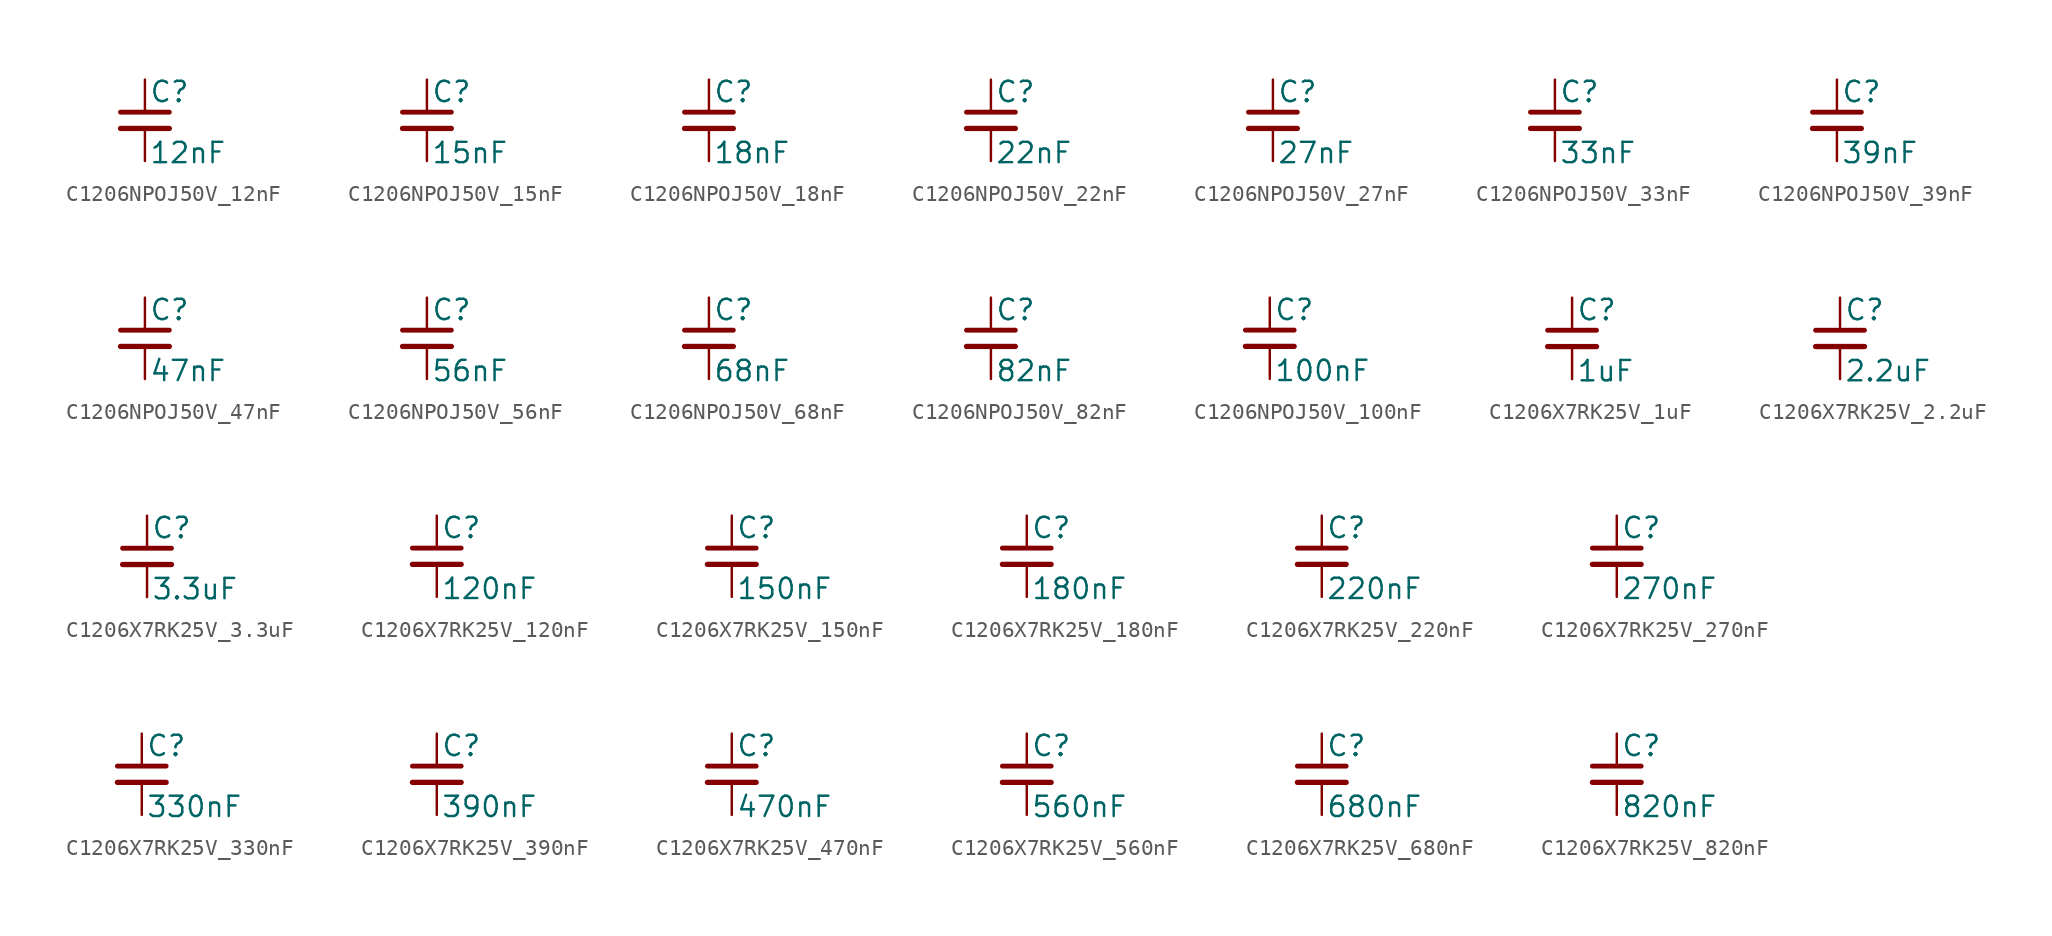
<source format=kicad_sym>
(kicad_symbol_lib
  (version 20220914)
  (generator kicad_symbol_editor)
  (symbol "C1206NPOJ50V_12nF"
    (pin_numbers hide)
    (pin_names
      (offset 0.254) hide)
    (property "Reference" "C"
      (at 0.254 1.778 0)
      (effects (font (size 1.27 1.27)) (justify left)))
    (property "Value" "12nF"
      (at 0.254 -2.032 0)
      (effects (font (size 1.27 1.27)) (justify left)))
    (symbol "C1206NPOJ50V_12nF_0_1"
      (polyline (pts (xy -1.524 -0.508) (xy 1.524 -0.508)) (stroke (width 0.33) (type default)) (fill (type none)))
      (polyline (pts (xy -1.524 0.508) (xy 1.524 0.508)) (stroke (width 0.305) (type default)) (fill (type none))))
    (symbol "C1206NPOJ50V_12nF_1_1"
      (pin passive line (at 0 2.54 270) (length 2.032) (name "~" (effects (font (size 1.27 1.27)))) (number "1" (effects (font (size 1.27 1.27)))))
      (pin passive line (at 0 -2.54 90) (length 2.032) (name "~" (effects (font (size 1.27 1.27)))) (number "2" (effects (font (size 1.27 1.27)))))))
  (symbol "C1206NPOJ50V_15nF"
    (pin_numbers hide)
    (pin_names
      (offset 0.254) hide)
    (property "Reference" "C"
      (at 0.254 1.778 0)
      (effects (font (size 1.27 1.27)) (justify left)))
    (property "Value" "15nF"
      (at 0.254 -2.032 0)
      (effects (font (size 1.27 1.27)) (justify left)))
    (symbol "C1206NPOJ50V_15nF_0_1"
      (polyline (pts (xy -1.524 -0.508) (xy 1.524 -0.508)) (stroke (width 0.33) (type default)) (fill (type none)))
      (polyline (pts (xy -1.524 0.508) (xy 1.524 0.508)) (stroke (width 0.305) (type default)) (fill (type none))))
    (symbol "C1206NPOJ50V_15nF_1_1"
      (pin passive line (at 0 2.54 270) (length 2.032) (name "~" (effects (font (size 1.27 1.27)))) (number "1" (effects (font (size 1.27 1.27)))))
      (pin passive line (at 0 -2.54 90) (length 2.032) (name "~" (effects (font (size 1.27 1.27)))) (number "2" (effects (font (size 1.27 1.27)))))))
  (symbol "C1206NPOJ50V_18nF"
    (pin_numbers hide)
    (pin_names
      (offset 0.254) hide)
    (property "Reference" "C"
      (at 0.254 1.778 0)
      (effects (font (size 1.27 1.27)) (justify left)))
    (property "Value" "18nF"
      (at 0.254 -2.032 0)
      (effects (font (size 1.27 1.27)) (justify left)))
    (symbol "C1206NPOJ50V_18nF_0_1"
      (polyline (pts (xy -1.524 -0.508) (xy 1.524 -0.508)) (stroke (width 0.33) (type default)) (fill (type none)))
      (polyline (pts (xy -1.524 0.508) (xy 1.524 0.508)) (stroke (width 0.305) (type default)) (fill (type none))))
    (symbol "C1206NPOJ50V_18nF_1_1"
      (pin passive line (at 0 2.54 270) (length 2.032) (name "~" (effects (font (size 1.27 1.27)))) (number "1" (effects (font (size 1.27 1.27)))))
      (pin passive line (at 0 -2.54 90) (length 2.032) (name "~" (effects (font (size 1.27 1.27)))) (number "2" (effects (font (size 1.27 1.27)))))))
  (symbol "C1206NPOJ50V_22nF"
    (pin_numbers hide)
    (pin_names
      (offset 0.254) hide)
    (property "Reference" "C"
      (at 0.254 1.778 0)
      (effects (font (size 1.27 1.27)) (justify left)))
    (property "Value" "22nF"
      (at 0.254 -2.032 0)
      (effects (font (size 1.27 1.27)) (justify left)))
    (symbol "C1206NPOJ50V_22nF_0_1"
      (polyline (pts (xy -1.524 -0.508) (xy 1.524 -0.508)) (stroke (width 0.33) (type default)) (fill (type none)))
      (polyline (pts (xy -1.524 0.508) (xy 1.524 0.508)) (stroke (width 0.305) (type default)) (fill (type none))))
    (symbol "C1206NPOJ50V_22nF_1_1"
      (pin passive line (at 0 2.54 270) (length 2.032) (name "~" (effects (font (size 1.27 1.27)))) (number "1" (effects (font (size 1.27 1.27)))))
      (pin passive line (at 0 -2.54 90) (length 2.032) (name "~" (effects (font (size 1.27 1.27)))) (number "2" (effects (font (size 1.27 1.27)))))))
  (symbol "C1206NPOJ50V_27nF"
    (pin_numbers hide)
    (pin_names
      (offset 0.254) hide)
    (property "Reference" "C"
      (at 0.254 1.778 0)
      (effects (font (size 1.27 1.27)) (justify left)))
    (property "Value" "27nF"
      (at 0.254 -2.032 0)
      (effects (font (size 1.27 1.27)) (justify left)))
    (symbol "C1206NPOJ50V_27nF_0_1"
      (polyline (pts (xy -1.524 -0.508) (xy 1.524 -0.508)) (stroke (width 0.33) (type default)) (fill (type none)))
      (polyline (pts (xy -1.524 0.508) (xy 1.524 0.508)) (stroke (width 0.305) (type default)) (fill (type none))))
    (symbol "C1206NPOJ50V_27nF_1_1"
      (pin passive line (at 0 2.54 270) (length 2.032) (name "~" (effects (font (size 1.27 1.27)))) (number "1" (effects (font (size 1.27 1.27)))))
      (pin passive line (at 0 -2.54 90) (length 2.032) (name "~" (effects (font (size 1.27 1.27)))) (number "2" (effects (font (size 1.27 1.27)))))))
  (symbol "C1206NPOJ50V_33nF"
    (pin_numbers hide)
    (pin_names
      (offset 0.254) hide)
    (property "Reference" "C"
      (at 0.254 1.778 0)
      (effects (font (size 1.27 1.27)) (justify left)))
    (property "Value" "33nF"
      (at 0.254 -2.032 0)
      (effects (font (size 1.27 1.27)) (justify left)))
    (symbol "C1206NPOJ50V_33nF_0_1"
      (polyline (pts (xy -1.524 -0.508) (xy 1.524 -0.508)) (stroke (width 0.33) (type default)) (fill (type none)))
      (polyline (pts (xy -1.524 0.508) (xy 1.524 0.508)) (stroke (width 0.305) (type default)) (fill (type none))))
    (symbol "C1206NPOJ50V_33nF_1_1"
      (pin passive line (at 0 2.54 270) (length 2.032) (name "~" (effects (font (size 1.27 1.27)))) (number "1" (effects (font (size 1.27 1.27)))))
      (pin passive line (at 0 -2.54 90) (length 2.032) (name "~" (effects (font (size 1.27 1.27)))) (number "2" (effects (font (size 1.27 1.27)))))))
  (symbol "C1206NPOJ50V_39nF"
    (pin_numbers hide)
    (pin_names
      (offset 0.254) hide)
    (property "Reference" "C"
      (at 0.254 1.778 0)
      (effects (font (size 1.27 1.27)) (justify left)))
    (property "Value" "39nF"
      (at 0.254 -2.032 0)
      (effects (font (size 1.27 1.27)) (justify left)))
    (symbol "C1206NPOJ50V_39nF_0_1"
      (polyline (pts (xy -1.524 -0.508) (xy 1.524 -0.508)) (stroke (width 0.33) (type default)) (fill (type none)))
      (polyline (pts (xy -1.524 0.508) (xy 1.524 0.508)) (stroke (width 0.305) (type default)) (fill (type none))))
    (symbol "C1206NPOJ50V_39nF_1_1"
      (pin passive line (at 0 2.54 270) (length 2.032) (name "~" (effects (font (size 1.27 1.27)))) (number "1" (effects (font (size 1.27 1.27)))))
      (pin passive line (at 0 -2.54 90) (length 2.032) (name "~" (effects (font (size 1.27 1.27)))) (number "2" (effects (font (size 1.27 1.27)))))))
  (symbol "C1206NPOJ50V_47nF"
    (pin_numbers hide)
    (pin_names
      (offset 0.254) hide)
    (property "Reference" "C"
      (at 0.254 1.778 0)
      (effects (font (size 1.27 1.27)) (justify left)))
    (property "Value" "47nF"
      (at 0.254 -2.032 0)
      (effects (font (size 1.27 1.27)) (justify left)))
    (symbol "C1206NPOJ50V_47nF_0_1"
      (polyline (pts (xy -1.524 -0.508) (xy 1.524 -0.508)) (stroke (width 0.33) (type default)) (fill (type none)))
      (polyline (pts (xy -1.524 0.508) (xy 1.524 0.508)) (stroke (width 0.305) (type default)) (fill (type none))))
    (symbol "C1206NPOJ50V_47nF_1_1"
      (pin passive line (at 0 2.54 270) (length 2.032) (name "~" (effects (font (size 1.27 1.27)))) (number "1" (effects (font (size 1.27 1.27)))))
      (pin passive line (at 0 -2.54 90) (length 2.032) (name "~" (effects (font (size 1.27 1.27)))) (number "2" (effects (font (size 1.27 1.27)))))))
  (symbol "C1206NPOJ50V_56nF"
    (pin_numbers hide)
    (pin_names
      (offset 0.254) hide)
    (property "Reference" "C"
      (at 0.254 1.778 0)
      (effects (font (size 1.27 1.27)) (justify left)))
    (property "Value" "56nF"
      (at 0.254 -2.032 0)
      (effects (font (size 1.27 1.27)) (justify left)))
    (symbol "C1206NPOJ50V_56nF_0_1"
      (polyline (pts (xy -1.524 -0.508) (xy 1.524 -0.508)) (stroke (width 0.33) (type default)) (fill (type none)))
      (polyline (pts (xy -1.524 0.508) (xy 1.524 0.508)) (stroke (width 0.305) (type default)) (fill (type none))))
    (symbol "C1206NPOJ50V_56nF_1_1"
      (pin passive line (at 0 2.54 270) (length 2.032) (name "~" (effects (font (size 1.27 1.27)))) (number "1" (effects (font (size 1.27 1.27)))))
      (pin passive line (at 0 -2.54 90) (length 2.032) (name "~" (effects (font (size 1.27 1.27)))) (number "2" (effects (font (size 1.27 1.27)))))))
  (symbol "C1206NPOJ50V_68nF"
    (pin_numbers hide)
    (pin_names
      (offset 0.254) hide)
    (property "Reference" "C"
      (at 0.254 1.778 0)
      (effects (font (size 1.27 1.27)) (justify left)))
    (property "Value" "68nF"
      (at 0.254 -2.032 0)
      (effects (font (size 1.27 1.27)) (justify left)))
    (symbol "C1206NPOJ50V_68nF_0_1"
      (polyline (pts (xy -1.524 -0.508) (xy 1.524 -0.508)) (stroke (width 0.33) (type default)) (fill (type none)))
      (polyline (pts (xy -1.524 0.508) (xy 1.524 0.508)) (stroke (width 0.305) (type default)) (fill (type none))))
    (symbol "C1206NPOJ50V_68nF_1_1"
      (pin passive line (at 0 2.54 270) (length 2.032) (name "~" (effects (font (size 1.27 1.27)))) (number "1" (effects (font (size 1.27 1.27)))))
      (pin passive line (at 0 -2.54 90) (length 2.032) (name "~" (effects (font (size 1.27 1.27)))) (number "2" (effects (font (size 1.27 1.27)))))))
  (symbol "C1206NPOJ50V_82nF"
    (pin_numbers hide)
    (pin_names
      (offset 0.254) hide)
    (property "Reference" "C"
      (at 0.254 1.778 0)
      (effects (font (size 1.27 1.27)) (justify left)))
    (property "Value" "82nF"
      (at 0.254 -2.032 0)
      (effects (font (size 1.27 1.27)) (justify left)))
    (symbol "C1206NPOJ50V_82nF_0_1"
      (polyline (pts (xy -1.524 -0.508) (xy 1.524 -0.508)) (stroke (width 0.33) (type default)) (fill (type none)))
      (polyline (pts (xy -1.524 0.508) (xy 1.524 0.508)) (stroke (width 0.305) (type default)) (fill (type none))))
    (symbol "C1206NPOJ50V_82nF_1_1"
      (pin passive line (at 0 2.54 270) (length 2.032) (name "~" (effects (font (size 1.27 1.27)))) (number "1" (effects (font (size 1.27 1.27)))))
      (pin passive line (at 0 -2.54 90) (length 2.032) (name "~" (effects (font (size 1.27 1.27)))) (number "2" (effects (font (size 1.27 1.27)))))))
  (symbol "C1206NPOJ50V_100nF"
    (pin_numbers hide)
    (pin_names
      (offset 0.254) hide)
    (property "Reference" "C"
      (at 0.254 1.778 0)
      (effects (font (size 1.27 1.27)) (justify left)))
    (property "Value" "100nF"
      (at 0.254 -2.032 0)
      (effects (font (size 1.27 1.27)) (justify left)))
    (symbol "C1206NPOJ50V_100nF_0_1"
      (polyline (pts (xy -1.524 -0.508) (xy 1.524 -0.508)) (stroke (width 0.33) (type default)) (fill (type none)))
      (polyline (pts (xy -1.524 0.508) (xy 1.524 0.508)) (stroke (width 0.305) (type default)) (fill (type none))))
    (symbol "C1206NPOJ50V_100nF_1_1"
      (pin passive line (at 0 2.54 270) (length 2.032) (name "~" (effects (font (size 1.27 1.27)))) (number "1" (effects (font (size 1.27 1.27)))))
      (pin passive line (at 0 -2.54 90) (length 2.032) (name "~" (effects (font (size 1.27 1.27)))) (number "2" (effects (font (size 1.27 1.27)))))))
  (symbol "C1206X7RK25V_1uF"
    (pin_numbers hide)
    (pin_names
      (offset 0.254) hide)
    (property "Reference" "C"
      (at 0.254 1.778 0)
      (effects (font (size 1.27 1.27)) (justify left)))
    (property "Value" "1uF"
      (at 0.254 -2.032 0)
      (effects (font (size 1.27 1.27)) (justify left)))
    (symbol "C1206X7RK25V_1uF_0_1"
      (polyline (pts (xy -1.524 -0.508) (xy 1.524 -0.508)) (stroke (width 0.33) (type default)) (fill (type none)))
      (polyline (pts (xy -1.524 0.508) (xy 1.524 0.508)) (stroke (width 0.305) (type default)) (fill (type none))))
    (symbol "C1206X7RK25V_1uF_1_1"
      (pin passive line (at 0 2.54 270) (length 2.032) (name "~" (effects (font (size 1.27 1.27)))) (number "1" (effects (font (size 1.27 1.27)))))
      (pin passive line (at 0 -2.54 90) (length 2.032) (name "~" (effects (font (size 1.27 1.27)))) (number "2" (effects (font (size 1.27 1.27)))))))
  (symbol "C1206X7RK25V_2.2uF"
    (pin_numbers hide)
    (pin_names
      (offset 0.254) hide)
    (property "Reference" "C"
      (at 0.254 1.778 0)
      (effects (font (size 1.27 1.27)) (justify left)))
    (property "Value" "2.2uF"
      (at 0.254 -2.032 0)
      (effects (font (size 1.27 1.27)) (justify left)))
    (symbol "C1206X7RK25V_2.2uF_0_1"
      (polyline (pts (xy -1.524 -0.508) (xy 1.524 -0.508)) (stroke (width 0.33) (type default)) (fill (type none)))
      (polyline (pts (xy -1.524 0.508) (xy 1.524 0.508)) (stroke (width 0.305) (type default)) (fill (type none))))
    (symbol "C1206X7RK25V_2.2uF_1_1"
      (pin passive line (at 0 2.54 270) (length 2.032) (name "~" (effects (font (size 1.27 1.27)))) (number "1" (effects (font (size 1.27 1.27)))))
      (pin passive line (at 0 -2.54 90) (length 2.032) (name "~" (effects (font (size 1.27 1.27)))) (number "2" (effects (font (size 1.27 1.27)))))))
  (symbol "C1206X7RK25V_3.3uF"
    (pin_numbers hide)
    (pin_names
      (offset 0.254) hide)
    (property "Reference" "C"
      (at 0.254 1.778 0)
      (effects (font (size 1.27 1.27)) (justify left)))
    (property "Value" "3.3uF"
      (at 0.254 -2.032 0)
      (effects (font (size 1.27 1.27)) (justify left)))
    (symbol "C1206X7RK25V_3.3uF_0_1"
      (polyline (pts (xy -1.524 -0.508) (xy 1.524 -0.508)) (stroke (width 0.33) (type default)) (fill (type none)))
      (polyline (pts (xy -1.524 0.508) (xy 1.524 0.508)) (stroke (width 0.305) (type default)) (fill (type none))))
    (symbol "C1206X7RK25V_3.3uF_1_1"
      (pin passive line (at 0 2.54 270) (length 2.032) (name "~" (effects (font (size 1.27 1.27)))) (number "1" (effects (font (size 1.27 1.27)))))
      (pin passive line (at 0 -2.54 90) (length 2.032) (name "~" (effects (font (size 1.27 1.27)))) (number "2" (effects (font (size 1.27 1.27)))))))
  (symbol "C1206X7RK25V_120nF"
    (pin_numbers hide)
    (pin_names
      (offset 0.254) hide)
    (property "Reference" "C"
      (at 0.254 1.778 0)
      (effects (font (size 1.27 1.27)) (justify left)))
    (property "Value" "120nF"
      (at 0.254 -2.032 0)
      (effects (font (size 1.27 1.27)) (justify left)))
    (symbol "C1206X7RK25V_120nF_0_1"
      (polyline (pts (xy -1.524 -0.508) (xy 1.524 -0.508)) (stroke (width 0.33) (type default)) (fill (type none)))
      (polyline (pts (xy -1.524 0.508) (xy 1.524 0.508)) (stroke (width 0.305) (type default)) (fill (type none))))
    (symbol "C1206X7RK25V_120nF_1_1"
      (pin passive line (at 0 2.54 270) (length 2.032) (name "~" (effects (font (size 1.27 1.27)))) (number "1" (effects (font (size 1.27 1.27)))))
      (pin passive line (at 0 -2.54 90) (length 2.032) (name "~" (effects (font (size 1.27 1.27)))) (number "2" (effects (font (size 1.27 1.27)))))))
  (symbol "C1206X7RK25V_150nF"
    (pin_numbers hide)
    (pin_names
      (offset 0.254) hide)
    (property "Reference" "C"
      (at 0.254 1.778 0)
      (effects (font (size 1.27 1.27)) (justify left)))
    (property "Value" "150nF"
      (at 0.254 -2.032 0)
      (effects (font (size 1.27 1.27)) (justify left)))
    (symbol "C1206X7RK25V_150nF_0_1"
      (polyline (pts (xy -1.524 -0.508) (xy 1.524 -0.508)) (stroke (width 0.33) (type default)) (fill (type none)))
      (polyline (pts (xy -1.524 0.508) (xy 1.524 0.508)) (stroke (width 0.305) (type default)) (fill (type none))))
    (symbol "C1206X7RK25V_150nF_1_1"
      (pin passive line (at 0 2.54 270) (length 2.032) (name "~" (effects (font (size 1.27 1.27)))) (number "1" (effects (font (size 1.27 1.27)))))
      (pin passive line (at 0 -2.54 90) (length 2.032) (name "~" (effects (font (size 1.27 1.27)))) (number "2" (effects (font (size 1.27 1.27)))))))
  (symbol "C1206X7RK25V_180nF"
    (pin_numbers hide)
    (pin_names
      (offset 0.254) hide)
    (property "Reference" "C"
      (at 0.254 1.778 0)
      (effects (font (size 1.27 1.27)) (justify left)))
    (property "Value" "180nF"
      (at 0.254 -2.032 0)
      (effects (font (size 1.27 1.27)) (justify left)))
    (symbol "C1206X7RK25V_180nF_0_1"
      (polyline (pts (xy -1.524 -0.508) (xy 1.524 -0.508)) (stroke (width 0.33) (type default)) (fill (type none)))
      (polyline (pts (xy -1.524 0.508) (xy 1.524 0.508)) (stroke (width 0.305) (type default)) (fill (type none))))
    (symbol "C1206X7RK25V_180nF_1_1"
      (pin passive line (at 0 2.54 270) (length 2.032) (name "~" (effects (font (size 1.27 1.27)))) (number "1" (effects (font (size 1.27 1.27)))))
      (pin passive line (at 0 -2.54 90) (length 2.032) (name "~" (effects (font (size 1.27 1.27)))) (number "2" (effects (font (size 1.27 1.27)))))))
  (symbol "C1206X7RK25V_220nF"
    (pin_numbers hide)
    (pin_names
      (offset 0.254) hide)
    (property "Reference" "C"
      (at 0.254 1.778 0)
      (effects (font (size 1.27 1.27)) (justify left)))
    (property "Value" "220nF"
      (at 0.254 -2.032 0)
      (effects (font (size 1.27 1.27)) (justify left)))
    (symbol "C1206X7RK25V_220nF_0_1"
      (polyline (pts (xy -1.524 -0.508) (xy 1.524 -0.508)) (stroke (width 0.33) (type default)) (fill (type none)))
      (polyline (pts (xy -1.524 0.508) (xy 1.524 0.508)) (stroke (width 0.305) (type default)) (fill (type none))))
    (symbol "C1206X7RK25V_220nF_1_1"
      (pin passive line (at 0 2.54 270) (length 2.032) (name "~" (effects (font (size 1.27 1.27)))) (number "1" (effects (font (size 1.27 1.27)))))
      (pin passive line (at 0 -2.54 90) (length 2.032) (name "~" (effects (font (size 1.27 1.27)))) (number "2" (effects (font (size 1.27 1.27)))))))
  (symbol "C1206X7RK25V_270nF"
    (pin_numbers hide)
    (pin_names
      (offset 0.254) hide)
    (property "Reference" "C"
      (at 0.254 1.778 0)
      (effects (font (size 1.27 1.27)) (justify left)))
    (property "Value" "270nF"
      (at 0.254 -2.032 0)
      (effects (font (size 1.27 1.27)) (justify left)))
    (symbol "C1206X7RK25V_270nF_0_1"
      (polyline (pts (xy -1.524 -0.508) (xy 1.524 -0.508)) (stroke (width 0.33) (type default)) (fill (type none)))
      (polyline (pts (xy -1.524 0.508) (xy 1.524 0.508)) (stroke (width 0.305) (type default)) (fill (type none))))
    (symbol "C1206X7RK25V_270nF_1_1"
      (pin passive line (at 0 2.54 270) (length 2.032) (name "~" (effects (font (size 1.27 1.27)))) (number "1" (effects (font (size 1.27 1.27)))))
      (pin passive line (at 0 -2.54 90) (length 2.032) (name "~" (effects (font (size 1.27 1.27)))) (number "2" (effects (font (size 1.27 1.27)))))))
  (symbol "C1206X7RK25V_330nF"
    (pin_numbers hide)
    (pin_names
      (offset 0.254) hide)
    (property "Reference" "C"
      (at 0.254 1.778 0)
      (effects (font (size 1.27 1.27)) (justify left)))
    (property "Value" "330nF"
      (at 0.254 -2.032 0)
      (effects (font (size 1.27 1.27)) (justify left)))
    (symbol "C1206X7RK25V_330nF_0_1"
      (polyline (pts (xy -1.524 -0.508) (xy 1.524 -0.508)) (stroke (width 0.33) (type default)) (fill (type none)))
      (polyline (pts (xy -1.524 0.508) (xy 1.524 0.508)) (stroke (width 0.305) (type default)) (fill (type none))))
    (symbol "C1206X7RK25V_330nF_1_1"
      (pin passive line (at 0 2.54 270) (length 2.032) (name "~" (effects (font (size 1.27 1.27)))) (number "1" (effects (font (size 1.27 1.27)))))
      (pin passive line (at 0 -2.54 90) (length 2.032) (name "~" (effects (font (size 1.27 1.27)))) (number "2" (effects (font (size 1.27 1.27)))))))
  (symbol "C1206X7RK25V_390nF"
    (pin_numbers hide)
    (pin_names
      (offset 0.254) hide)
    (property "Reference" "C"
      (at 0.254 1.778 0)
      (effects (font (size 1.27 1.27)) (justify left)))
    (property "Value" "390nF"
      (at 0.254 -2.032 0)
      (effects (font (size 1.27 1.27)) (justify left)))
    (symbol "C1206X7RK25V_390nF_0_1"
      (polyline (pts (xy -1.524 -0.508) (xy 1.524 -0.508)) (stroke (width 0.33) (type default)) (fill (type none)))
      (polyline (pts (xy -1.524 0.508) (xy 1.524 0.508)) (stroke (width 0.305) (type default)) (fill (type none))))
    (symbol "C1206X7RK25V_390nF_1_1"
      (pin passive line (at 0 2.54 270) (length 2.032) (name "~" (effects (font (size 1.27 1.27)))) (number "1" (effects (font (size 1.27 1.27)))))
      (pin passive line (at 0 -2.54 90) (length 2.032) (name "~" (effects (font (size 1.27 1.27)))) (number "2" (effects (font (size 1.27 1.27)))))))
  (symbol "C1206X7RK25V_470nF"
    (pin_numbers hide)
    (pin_names
      (offset 0.254) hide)
    (property "Reference" "C"
      (at 0.254 1.778 0)
      (effects (font (size 1.27 1.27)) (justify left)))
    (property "Value" "470nF"
      (at 0.254 -2.032 0)
      (effects (font (size 1.27 1.27)) (justify left)))
    (symbol "C1206X7RK25V_470nF_0_1"
      (polyline (pts (xy -1.524 -0.508) (xy 1.524 -0.508)) (stroke (width 0.33) (type default)) (fill (type none)))
      (polyline (pts (xy -1.524 0.508) (xy 1.524 0.508)) (stroke (width 0.305) (type default)) (fill (type none))))
    (symbol "C1206X7RK25V_470nF_1_1"
      (pin passive line (at 0 2.54 270) (length 2.032) (name "~" (effects (font (size 1.27 1.27)))) (number "1" (effects (font (size 1.27 1.27)))))
      (pin passive line (at 0 -2.54 90) (length 2.032) (name "~" (effects (font (size 1.27 1.27)))) (number "2" (effects (font (size 1.27 1.27)))))))
  (symbol "C1206X7RK25V_560nF"
    (pin_numbers hide)
    (pin_names
      (offset 0.254) hide)
    (property "Reference" "C"
      (at 0.254 1.778 0)
      (effects (font (size 1.27 1.27)) (justify left)))
    (property "Value" "560nF"
      (at 0.254 -2.032 0)
      (effects (font (size 1.27 1.27)) (justify left)))
    (symbol "C1206X7RK25V_560nF_0_1"
      (polyline (pts (xy -1.524 -0.508) (xy 1.524 -0.508)) (stroke (width 0.33) (type default)) (fill (type none)))
      (polyline (pts (xy -1.524 0.508) (xy 1.524 0.508)) (stroke (width 0.305) (type default)) (fill (type none))))
    (symbol "C1206X7RK25V_560nF_1_1"
      (pin passive line (at 0 2.54 270) (length 2.032) (name "~" (effects (font (size 1.27 1.27)))) (number "1" (effects (font (size 1.27 1.27)))))
      (pin passive line (at 0 -2.54 90) (length 2.032) (name "~" (effects (font (size 1.27 1.27)))) (number "2" (effects (font (size 1.27 1.27)))))))
  (symbol "C1206X7RK25V_680nF"
    (pin_numbers hide)
    (pin_names
      (offset 0.254) hide)
    (property "Reference" "C"
      (at 0.254 1.778 0)
      (effects (font (size 1.27 1.27)) (justify left)))
    (property "Value" "680nF"
      (at 0.254 -2.032 0)
      (effects (font (size 1.27 1.27)) (justify left)))
    (symbol "C1206X7RK25V_680nF_0_1"
      (polyline (pts (xy -1.524 -0.508) (xy 1.524 -0.508)) (stroke (width 0.33) (type default)) (fill (type none)))
      (polyline (pts (xy -1.524 0.508) (xy 1.524 0.508)) (stroke (width 0.305) (type default)) (fill (type none))))
    (symbol "C1206X7RK25V_680nF_1_1"
      (pin passive line (at 0 2.54 270) (length 2.032) (name "~" (effects (font (size 1.27 1.27)))) (number "1" (effects (font (size 1.27 1.27)))))
      (pin passive line (at 0 -2.54 90) (length 2.032) (name "~" (effects (font (size 1.27 1.27)))) (number "2" (effects (font (size 1.27 1.27)))))))
  (symbol "C1206X7RK25V_820nF"
    (pin_numbers hide)
    (pin_names
      (offset 0.254) hide)
    (property "Reference" "C"
      (at 0.254 1.778 0)
      (effects (font (size 1.27 1.27)) (justify left)))
    (property "Value" "820nF"
      (at 0.254 -2.032 0)
      (effects (font (size 1.27 1.27)) (justify left)))
    (symbol "C1206X7RK25V_820nF_0_1"
      (polyline (pts (xy -1.524 -0.508) (xy 1.524 -0.508)) (stroke (width 0.33) (type default)) (fill (type none)))
      (polyline (pts (xy -1.524 0.508) (xy 1.524 0.508)) (stroke (width 0.305) (type default)) (fill (type none))))
    (symbol "C1206X7RK25V_820nF_1_1"
      (pin passive line (at 0 2.54 270) (length 2.032) (name "~" (effects (font (size 1.27 1.27)))) (number "1" (effects (font (size 1.27 1.27)))))
      (pin passive line (at 0 -2.54 90) (length 2.032) (name "~" (effects (font (size 1.27 1.27)))) (number "2" (effects (font (size 1.27 1.27))))))))
</source>
